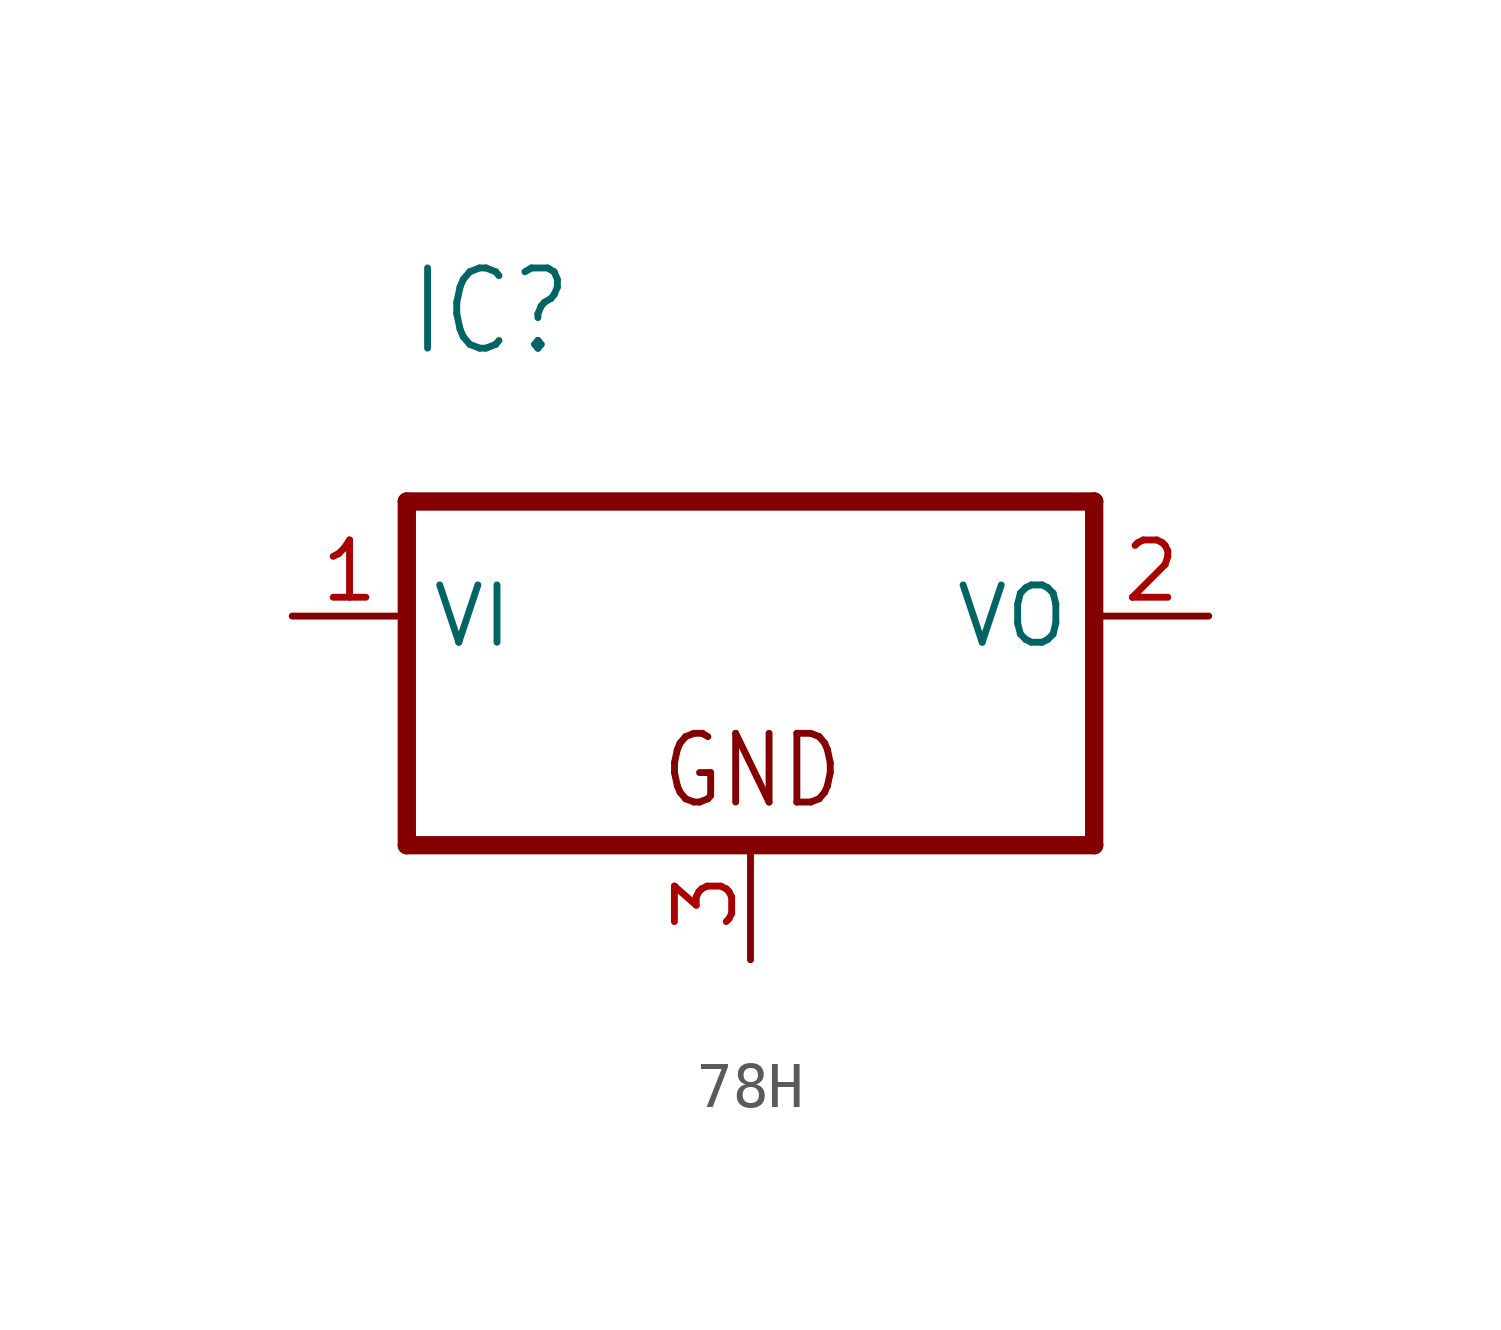
<source format=kicad_sym>
(kicad_symbol_lib
  (version 20220914)
  (generator kicad_symbol_editor)
  (symbol "78H"
    (property "Reference" "IC"
      (at -7.62 5.715 0)
      (effects (font (size 1.778 1.511)) (justify left bottom)))
    (property "Value" ""
      (at -7.62 3.175 0)
      (effects (font (size 1.778 1.511)) (justify left bottom)))
    (property "ki_locked" ""
      (at 0 0 0)
      (effects (font (size 1.27 1.27))))
    (symbol "78H_1_0"
      (polyline (pts (xy -7.62 -5.08) (xy 7.62 -5.08)) (stroke (width 0.406) (type solid)) (fill (type none)))
      (polyline (pts (xy -7.62 2.54) (xy -7.62 -5.08)) (stroke (width 0.406) (type solid)) (fill (type none)))
      (polyline (pts (xy 7.62 -5.08) (xy 7.62 2.54)) (stroke (width 0.406) (type solid)) (fill (type none)))
      (polyline (pts (xy 7.62 2.54) (xy -7.62 2.54)) (stroke (width 0.406) (type solid)) (fill (type none)))
      (text "GND" (at -2.032 -4.318 0) (effects (font (size 1.524 1.295)) (justify left bottom)))
      (pin input line (at -10.16 0 0) (length 2.54) (name "VI" (effects (font (size 1.27 1.27)))) (number "1" (effects (font (size 1.27 1.27)))))
      (pin passive line (at 10.16 0 180) (length 2.54) (name "VO" (effects (font (size 1.27 1.27)))) (number "2" (effects (font (size 1.27 1.27)))))
      (pin passive line (at 0 -7.62 90) (length 2.54) (name "GND" (effects (font (size 0 0)))) (number "3" (effects (font (size 1.27 1.27))))))))
</source>
